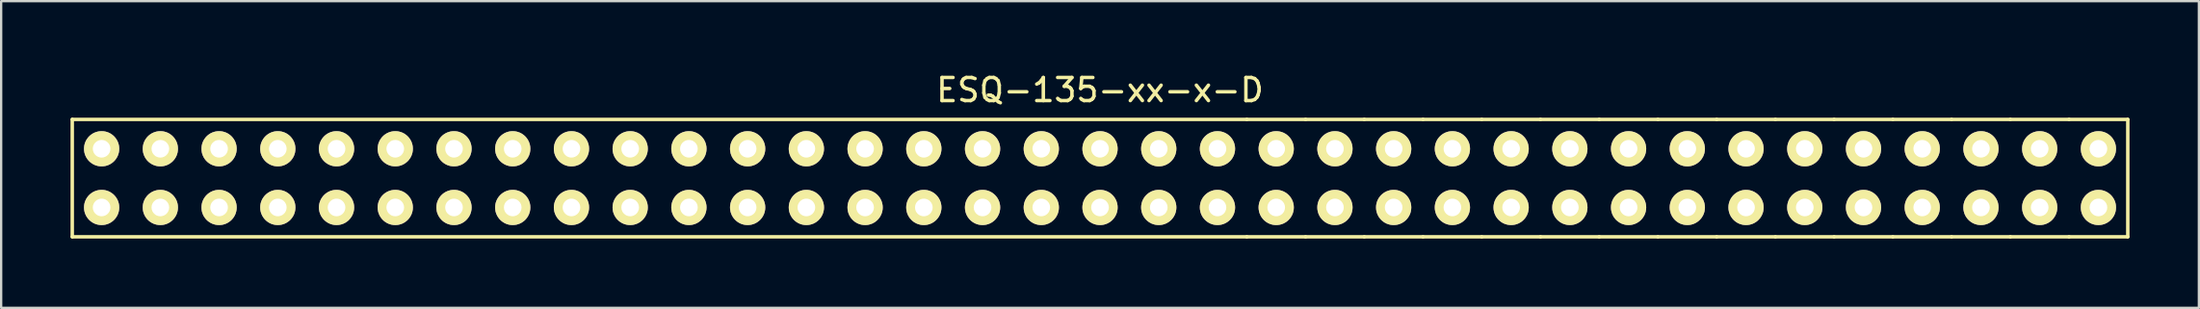
<source format=kicad_pcb>
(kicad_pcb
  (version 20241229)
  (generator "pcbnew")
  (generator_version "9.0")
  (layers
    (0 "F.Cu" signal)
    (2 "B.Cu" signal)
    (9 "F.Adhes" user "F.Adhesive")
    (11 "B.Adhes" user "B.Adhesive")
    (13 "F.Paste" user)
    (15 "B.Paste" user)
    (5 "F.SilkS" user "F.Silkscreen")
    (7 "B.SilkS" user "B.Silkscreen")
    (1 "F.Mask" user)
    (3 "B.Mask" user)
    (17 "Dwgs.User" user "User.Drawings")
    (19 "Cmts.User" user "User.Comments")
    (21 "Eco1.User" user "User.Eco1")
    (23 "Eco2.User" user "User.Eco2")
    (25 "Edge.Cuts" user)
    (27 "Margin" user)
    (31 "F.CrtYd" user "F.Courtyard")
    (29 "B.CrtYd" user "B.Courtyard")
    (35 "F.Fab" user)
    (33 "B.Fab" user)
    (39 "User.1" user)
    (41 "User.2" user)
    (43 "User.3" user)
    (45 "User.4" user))
  (footprint "ESQ-135-xx-x-D"
    (layer "F.Cu")
    (at 44.525 4.658)
    (property "Reference" "ESQ-135-xx-x-D" (at 0 -3.81 0) (layer "F.SilkS") (effects (font (size 1 1) (thickness 0.15))))
    (attr through_hole)
    (fp_line (start -44.45 -2.54) (end 6.35 -2.54) (stroke (width 0.15) (type solid)) (layer "F.SilkS"))
    (fp_line (start -44.45 2.54) (end -44.45 -2.54) (stroke (width 0.15) (type solid)) (layer "F.SilkS"))
    (fp_line (start 6.35 -2.54) (end 8.89 -2.54) (stroke (width 0.15) (type solid)) (layer "F.SilkS"))
    (fp_line (start 6.35 2.54) (end -44.45 2.54) (stroke (width 0.15) (type solid)) (layer "F.SilkS"))
    (fp_line (start 8.89 -2.54) (end 11.43 -2.54) (stroke (width 0.15) (type solid)) (layer "F.SilkS"))
    (fp_line (start 8.89 2.54) (end 6.35 2.54) (stroke (width 0.15) (type solid)) (layer "F.SilkS"))
    (fp_line (start 11.43 -2.54) (end 13.97 -2.54) (stroke (width 0.15) (type solid)) (layer "F.SilkS"))
    (fp_line (start 11.43 2.54) (end 8.89 2.54) (stroke (width 0.15) (type solid)) (layer "F.SilkS"))
    (fp_line (start 13.97 -2.54) (end 16.51 -2.54) (stroke (width 0.15) (type solid)) (layer "F.SilkS"))
    (fp_line (start 13.97 2.54) (end 11.43 2.54) (stroke (width 0.15) (type solid)) (layer "F.SilkS"))
    (fp_line (start 16.51 -2.54) (end 19.05 -2.54) (stroke (width 0.15) (type solid)) (layer "F.SilkS"))
    (fp_line (start 16.51 2.54) (end 13.97 2.54) (stroke (width 0.15) (type solid)) (layer "F.SilkS"))
    (fp_line (start 19.05 -2.54) (end 21.59 -2.54) (stroke (width 0.15) (type solid)) (layer "F.SilkS"))
    (fp_line (start 19.05 2.54) (end 16.51 2.54) (stroke (width 0.15) (type solid)) (layer "F.SilkS"))
    (fp_line (start 21.59 -2.54) (end 24.13 -2.54) (stroke (width 0.15) (type solid)) (layer "F.SilkS"))
    (fp_line (start 21.59 2.54) (end 19.05 2.54) (stroke (width 0.15) (type solid)) (layer "F.SilkS"))
    (fp_line (start 24.13 -2.54) (end 26.67 -2.54) (stroke (width 0.15) (type solid)) (layer "F.SilkS"))
    (fp_line (start 24.13 2.54) (end 21.59 2.54) (stroke (width 0.15) (type solid)) (layer "F.SilkS"))
    (fp_line (start 26.67 -2.54) (end 29.21 -2.54) (stroke (width 0.15) (type solid)) (layer "F.SilkS"))
    (fp_line (start 26.67 2.54) (end 24.13 2.54) (stroke (width 0.15) (type solid)) (layer "F.SilkS"))
    (fp_line (start 29.21 -2.54) (end 31.75 -2.54) (stroke (width 0.15) (type solid)) (layer "F.SilkS"))
    (fp_line (start 29.21 2.54) (end 26.67 2.54) (stroke (width 0.15) (type solid)) (layer "F.SilkS"))
    (fp_line (start 31.75 -2.54) (end 34.29 -2.54) (stroke (width 0.15) (type solid)) (layer "F.SilkS"))
    (fp_line (start 31.75 2.54) (end 29.21 2.54) (stroke (width 0.15) (type solid)) (layer "F.SilkS"))
    (fp_line (start 34.29 -2.54) (end 36.83 -2.54) (stroke (width 0.15) (type solid)) (layer "F.SilkS"))
    (fp_line (start 34.29 2.54) (end 31.75 2.54) (stroke (width 0.15) (type solid)) (layer "F.SilkS"))
    (fp_line (start 36.83 -2.54) (end 39.37 -2.54) (stroke (width 0.15) (type solid)) (layer "F.SilkS"))
    (fp_line (start 36.83 2.54) (end 34.29 2.54) (stroke (width 0.15) (type solid)) (layer "F.SilkS"))
    (fp_line (start 39.37 -2.54) (end 41.91 -2.54) (stroke (width 0.15) (type solid)) (layer "F.SilkS"))
    (fp_line (start 39.37 2.54) (end 36.83 2.54) (stroke (width 0.15) (type solid)) (layer "F.SilkS"))
    (fp_line (start 41.91 -2.54) (end 44.45 -2.54) (stroke (width 0.15) (type solid)) (layer "F.SilkS"))
    (fp_line (start 41.91 2.54) (end 39.37 2.54) (stroke (width 0.15) (type solid)) (layer "F.SilkS"))
    (fp_line (start 44.45 -2.54) (end 44.45 2.54) (stroke (width 0.15) (type solid)) (layer "F.SilkS"))
    (fp_line (start 44.45 2.54) (end 41.91 2.54) (stroke (width 0.15) (type solid)) (layer "F.SilkS"))
    (pad "1" thru_hole circle (at -43.18 -1.27) (size 1.524 1.524) (drill 0.762) (layers "*.Mask" "B.Cu" "F.SilkS"))
    (pad "2" thru_hole circle (at -43.18 1.27) (size 1.524 1.524) (drill 0.762) (layers "*.Mask" "B.Cu" "F.SilkS"))
    (pad "3" thru_hole circle (at -40.64 -1.27) (size 1.524 1.524) (drill 0.762) (layers "*.Mask" "B.Cu" "F.SilkS"))
    (pad "4" thru_hole circle (at -40.64 1.27) (size 1.524 1.524) (drill 0.762) (layers "*.Mask" "B.Cu" "F.SilkS"))
    (pad "5" thru_hole circle (at -38.1 -1.27) (size 1.524 1.524) (drill 0.762) (layers "*.Mask" "B.Cu" "F.SilkS"))
    (pad "6" thru_hole circle (at -38.1 1.27) (size 1.524 1.524) (drill 0.762) (layers "*.Mask" "B.Cu" "F.SilkS"))
    (pad "7" thru_hole circle (at -35.56 -1.27) (size 1.524 1.524) (drill 0.762) (layers "*.Mask" "B.Cu" "F.SilkS"))
    (pad "8" thru_hole circle (at -35.56 1.27) (size 1.524 1.524) (drill 0.762) (layers "*.Mask" "B.Cu" "F.SilkS"))
    (pad "9" thru_hole circle (at -33.02 -1.27) (size 1.524 1.524) (drill 0.762) (layers "*.Mask" "B.Cu" "F.SilkS"))
    (pad "10" thru_hole circle (at -33.02 1.27) (size 1.524 1.524) (drill 0.762) (layers "*.Mask" "B.Cu" "F.SilkS"))
    (pad "11" thru_hole circle (at -30.48 -1.27) (size 1.524 1.524) (drill 0.762) (layers "*.Mask" "B.Cu" "F.SilkS"))
    (pad "12" thru_hole circle (at -30.48 1.27) (size 1.524 1.524) (drill 0.762) (layers "*.Mask" "B.Cu" "F.SilkS"))
    (pad "13" thru_hole circle (at -27.94 -1.27) (size 1.524 1.524) (drill 0.762) (layers "*.Mask" "B.Cu" "F.SilkS"))
    (pad "14" thru_hole circle (at -27.94 1.27) (size 1.524 1.524) (drill 0.762) (layers "*.Mask" "B.Cu" "F.SilkS"))
    (pad "15" thru_hole circle (at -25.4 -1.27) (size 1.524 1.524) (drill 0.762) (layers "*.Mask" "B.Cu" "F.SilkS"))
    (pad "16" thru_hole circle (at -25.4 1.27) (size 1.524 1.524) (drill 0.762) (layers "*.Mask" "B.Cu" "F.SilkS"))
    (pad "17" thru_hole circle (at -22.86 -1.27) (size 1.524 1.524) (drill 0.762) (layers "*.Mask" "B.Cu" "F.SilkS"))
    (pad "18" thru_hole circle (at -22.86 1.27) (size 1.524 1.524) (drill 0.762) (layers "*.Mask" "B.Cu" "F.SilkS"))
    (pad "19" thru_hole circle (at -20.32 -1.27) (size 1.524 1.524) (drill 0.762) (layers "*.Mask" "B.Cu" "F.SilkS"))
    (pad "20" thru_hole circle (at -20.32 1.27) (size 1.524 1.524) (drill 0.762) (layers "*.Mask" "B.Cu" "F.SilkS"))
    (pad "21" thru_hole circle (at -17.78 -1.27) (size 1.524 1.524) (drill 0.762) (layers "*.Mask" "B.Cu" "F.SilkS"))
    (pad "22" thru_hole circle (at -17.78 1.27) (size 1.524 1.524) (drill 0.762) (layers "*.Mask" "B.Cu" "F.SilkS"))
    (pad "23" thru_hole circle (at -15.24 -1.27) (size 1.524 1.524) (drill 0.762) (layers "*.Mask" "B.Cu" "F.SilkS"))
    (pad "24" thru_hole circle (at -15.24 1.27) (size 1.524 1.524) (drill 0.762) (layers "*.Mask" "B.Cu" "F.SilkS"))
    (pad "25" thru_hole circle (at -12.7 -1.27) (size 1.524 1.524) (drill 0.762) (layers "*.Mask" "B.Cu" "F.SilkS"))
    (pad "26" thru_hole circle (at -12.7 1.27) (size 1.524 1.524) (drill 0.762) (layers "*.Mask" "B.Cu" "F.SilkS"))
    (pad "27" thru_hole circle (at -10.16 -1.27) (size 1.524 1.524) (drill 0.762) (layers "*.Mask" "B.Cu" "F.SilkS"))
    (pad "28" thru_hole circle (at -10.16 1.27) (size 1.524 1.524) (drill 0.762) (layers "*.Mask" "B.Cu" "F.SilkS"))
    (pad "29" thru_hole circle (at -7.62 -1.27) (size 1.524 1.524) (drill 0.762) (layers "*.Mask" "B.Cu" "F.SilkS"))
    (pad "30" thru_hole circle (at -7.62 1.27) (size 1.524 1.524) (drill 0.762) (layers "*.Mask" "B.Cu" "F.SilkS"))
    (pad "31" thru_hole circle (at -5.08 -1.27) (size 1.524 1.524) (drill 0.762) (layers "*.Mask" "B.Cu" "F.SilkS"))
    (pad "32" thru_hole circle (at -5.08 1.27) (size 1.524 1.524) (drill 0.762) (layers "*.Mask" "B.Cu" "F.SilkS"))
    (pad "33" thru_hole circle (at -2.54 -1.27) (size 1.524 1.524) (drill 0.762) (layers "*.Mask" "B.Cu" "F.SilkS"))
    (pad "34" thru_hole circle (at -2.54 1.27) (size 1.524 1.524) (drill 0.762) (layers "*.Mask" "B.Cu" "F.SilkS"))
    (pad "35" thru_hole circle (at 0 -1.27) (size 1.524 1.524) (drill 0.762) (layers "*.Mask" "B.Cu" "F.SilkS"))
    (pad "36" thru_hole circle (at 0 1.27) (size 1.524 1.524) (drill 0.762) (layers "*.Mask" "B.Cu" "F.SilkS"))
    (pad "37" thru_hole circle (at 2.54 -1.27) (size 1.524 1.524) (drill 0.762) (layers "*.Mask" "B.Cu" "F.SilkS"))
    (pad "38" thru_hole circle (at 2.54 1.27) (size 1.524 1.524) (drill 0.762) (layers "*.Mask" "B.Cu" "F.SilkS"))
    (pad "39" thru_hole circle (at 5.08 -1.27) (size 1.524 1.524) (drill 0.762) (layers "*.Mask" "B.Cu" "F.SilkS"))
    (pad "40" thru_hole circle (at 5.08 1.27) (size 1.524 1.524) (drill 0.762) (layers "*.Mask" "B.Cu" "F.SilkS"))
    (pad "41" thru_hole circle (at 7.62 -1.27) (size 1.524 1.524) (drill 0.762) (layers "*.Mask" "B.Cu" "F.SilkS"))
    (pad "42" thru_hole circle (at 7.62 1.27) (size 1.524 1.524) (drill 0.762) (layers "*.Mask" "B.Cu" "F.SilkS"))
    (pad "43" thru_hole circle (at 10.16 -1.27) (size 1.524 1.524) (drill 0.762) (layers "*.Mask" "B.Cu" "F.SilkS"))
    (pad "44" thru_hole circle (at 10.16 1.27) (size 1.524 1.524) (drill 0.762) (layers "*.Mask" "B.Cu" "F.SilkS"))
    (pad "45" thru_hole circle (at 12.7 -1.27) (size 1.524 1.524) (drill 0.762) (layers "*.Mask" "B.Cu" "F.SilkS"))
    (pad "46" thru_hole circle (at 12.7 1.27) (size 1.524 1.524) (drill 0.762) (layers "*.Mask" "B.Cu" "F.SilkS"))
    (pad "47" thru_hole circle (at 15.24 -1.27) (size 1.524 1.524) (drill 0.762) (layers "*.Mask" "B.Cu" "F.SilkS"))
    (pad "48" thru_hole circle (at 15.24 1.27) (size 1.524 1.524) (drill 0.762) (layers "*.Mask" "B.Cu" "F.SilkS"))
    (pad "49" thru_hole circle (at 17.78 -1.27) (size 1.524 1.524) (drill 0.762) (layers "*.Mask" "B.Cu" "F.SilkS"))
    (pad "50" thru_hole circle (at 17.78 1.27) (size 1.524 1.524) (drill 0.762) (layers "*.Mask" "B.Cu" "F.SilkS"))
    (pad "51" thru_hole circle (at 20.32 -1.27) (size 1.524 1.524) (drill 0.762) (layers "*.Mask" "B.Cu" "F.SilkS"))
    (pad "52" thru_hole circle (at 20.32 1.27) (size 1.524 1.524) (drill 0.762) (layers "*.Mask" "B.Cu" "F.SilkS"))
    (pad "53" thru_hole circle (at 22.86 -1.27) (size 1.524 1.524) (drill 0.762) (layers "*.Mask" "B.Cu" "F.SilkS"))
    (pad "54" thru_hole circle (at 22.86 1.27) (size 1.524 1.524) (drill 0.762) (layers "*.Mask" "B.Cu" "F.SilkS"))
    (pad "55" thru_hole circle (at 25.4 -1.27) (size 1.524 1.524) (drill 0.762) (layers "*.Mask" "B.Cu" "F.SilkS"))
    (pad "56" thru_hole circle (at 25.4 1.27) (size 1.524 1.524) (drill 0.762) (layers "*.Mask" "B.Cu" "F.SilkS"))
    (pad "57" thru_hole circle (at 27.94 -1.27) (size 1.524 1.524) (drill 0.762) (layers "*.Mask" "B.Cu" "F.SilkS"))
    (pad "58" thru_hole circle (at 27.94 1.27) (size 1.524 1.524) (drill 0.762) (layers "*.Mask" "B.Cu" "F.SilkS"))
    (pad "59" thru_hole circle (at 30.48 -1.27) (size 1.524 1.524) (drill 0.762) (layers "*.Mask" "B.Cu" "F.SilkS"))
    (pad "60" thru_hole circle (at 30.48 1.27) (size 1.524 1.524) (drill 0.762) (layers "*.Mask" "B.Cu" "F.SilkS"))
    (pad "61" thru_hole circle (at 33.02 -1.27) (size 1.524 1.524) (drill 0.762) (layers "*.Mask" "B.Cu" "F.SilkS"))
    (pad "62" thru_hole circle (at 33.02 1.27) (size 1.524 1.524) (drill 0.762) (layers "*.Mask" "B.Cu" "F.SilkS"))
    (pad "63" thru_hole circle (at 35.56 -1.27) (size 1.524 1.524) (drill 0.762) (layers "*.Mask" "B.Cu" "F.SilkS"))
    (pad "64" thru_hole circle (at 35.56 1.27) (size 1.524 1.524) (drill 0.762) (layers "*.Mask" "B.Cu" "F.SilkS"))
    (pad "65" thru_hole circle (at 38.1 -1.27) (size 1.524 1.524) (drill 0.762) (layers "*.Mask" "B.Cu" "F.SilkS"))
    (pad "66" thru_hole circle (at 38.1 1.27) (size 1.524 1.524) (drill 0.762) (layers "*.Mask" "B.Cu" "F.SilkS"))
    (pad "67" thru_hole circle (at 40.64 -1.27) (size 1.524 1.524) (drill 0.762) (layers "*.Mask" "B.Cu" "F.SilkS"))
    (pad "68" thru_hole circle (at 40.64 1.27) (size 1.524 1.524) (drill 0.762) (layers "*.Mask" "B.Cu" "F.SilkS"))
    (pad "69" thru_hole circle (at 43.18 -1.27) (size 1.524 1.524) (drill 0.762) (layers "*.Mask" "B.Cu" "F.SilkS"))
    (pad "70" thru_hole circle (at 43.18 1.27) (size 1.524 1.524) (drill 0.762) (layers "*.Mask" "B.Cu" "F.SilkS")))
  (gr_rect
    (start -3 -3)
    (end 92.05 10.273)
    (stroke (width 0.1) (type default))
    (fill no)
    (layer "Edge.Cuts")))
</source>
